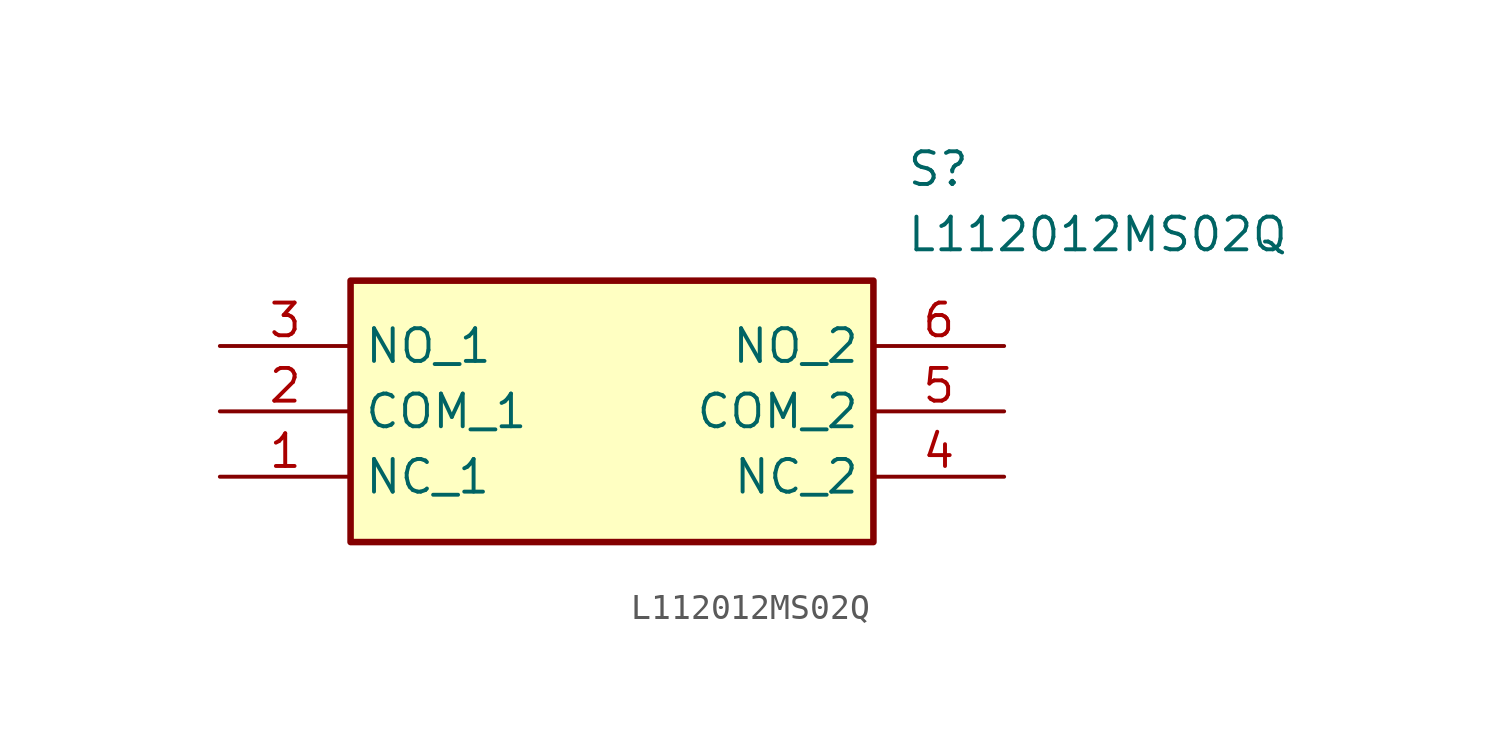
<source format=kicad_sym>
(kicad_symbol_lib
  (version 20211014)
  (generator SamacSys_ECAD_Model)
  (symbol "L112012MS02Q"
    (property "Reference" "S"
      (at 26.67 7.62 0)
      (effects (font (size 1.27 1.27)) (justify left top)))
    (property "Value" "L112012MS02Q"
      (at 26.67 5.08 0)
      (effects (font (size 1.27 1.27)) (justify left top)))
    (rectangle
      (start 5.08 2.54)
      (end 25.4 -7.62)
      (stroke (width 0.254) (type default))
      (fill (type background)))
    (pin passive line
      (at 0 -5.08 0)
      (length 5.08)
      (name "NC_1" (effects (font (size 1.27 1.27))))
      (number "1" (effects (font (size 1.27 1.27)))))
    (pin passive line
      (at 0 -2.54 0)
      (length 5.08)
      (name "COM_1" (effects (font (size 1.27 1.27))))
      (number "2" (effects (font (size 1.27 1.27)))))
    (pin passive line
      (at 0 0 0)
      (length 5.08)
      (name "NO_1" (effects (font (size 1.27 1.27))))
      (number "3" (effects (font (size 1.27 1.27)))))
    (pin passive line
      (at 30.48 -5.08 180)
      (length 5.08)
      (name "NC_2" (effects (font (size 1.27 1.27))))
      (number "4" (effects (font (size 1.27 1.27)))))
    (pin passive line
      (at 30.48 -2.54 180)
      (length 5.08)
      (name "COM_2" (effects (font (size 1.27 1.27))))
      (number "5" (effects (font (size 1.27 1.27)))))
    (pin passive line
      (at 30.48 0 180)
      (length 5.08)
      (name "NO_2" (effects (font (size 1.27 1.27))))
      (number "6" (effects (font (size 1.27 1.27)))))))
</source>
